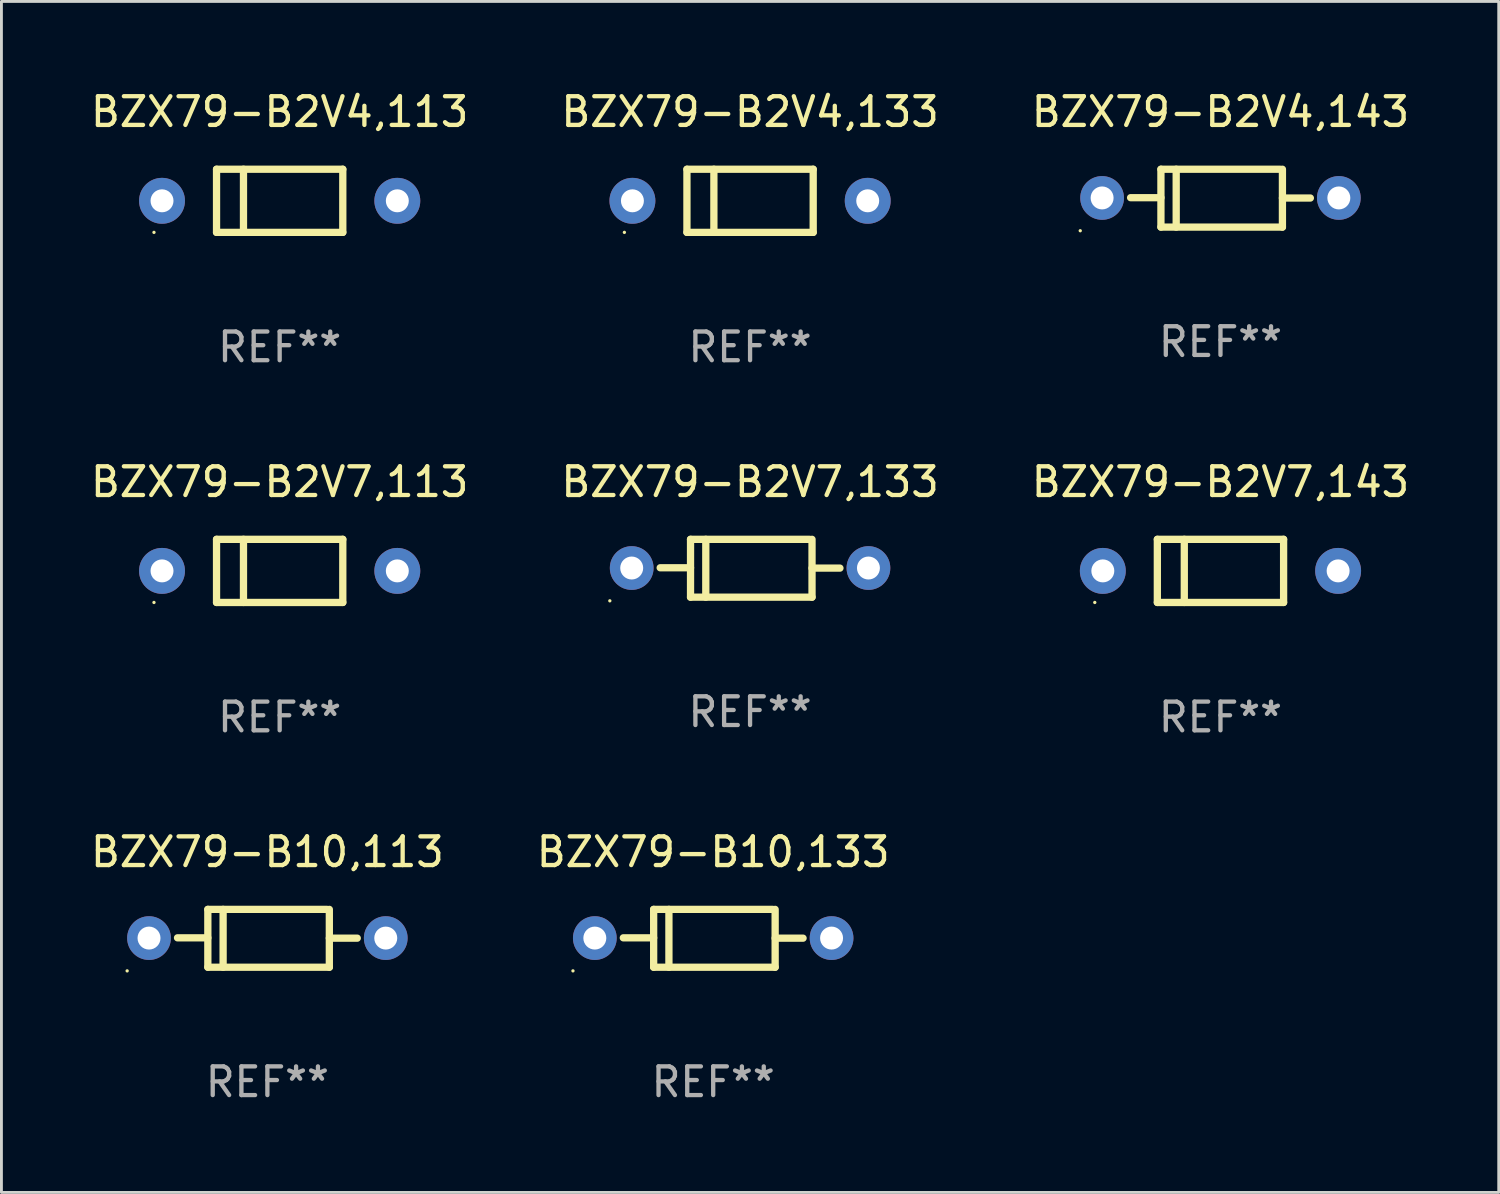
<source format=kicad_pcb>
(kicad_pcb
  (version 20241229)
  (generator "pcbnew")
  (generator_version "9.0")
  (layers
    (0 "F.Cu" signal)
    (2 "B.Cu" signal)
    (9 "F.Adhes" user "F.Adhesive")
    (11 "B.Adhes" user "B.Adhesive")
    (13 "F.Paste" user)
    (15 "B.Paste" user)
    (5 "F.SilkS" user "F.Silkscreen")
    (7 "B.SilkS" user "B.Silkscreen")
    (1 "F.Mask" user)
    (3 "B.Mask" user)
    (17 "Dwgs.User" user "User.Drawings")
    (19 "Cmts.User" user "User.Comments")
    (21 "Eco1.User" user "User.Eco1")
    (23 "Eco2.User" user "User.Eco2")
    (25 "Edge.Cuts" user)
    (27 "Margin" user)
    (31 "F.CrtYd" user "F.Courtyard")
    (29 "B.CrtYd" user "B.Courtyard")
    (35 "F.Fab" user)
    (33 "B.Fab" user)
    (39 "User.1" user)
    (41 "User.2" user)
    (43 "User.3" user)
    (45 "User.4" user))
  (footprint "BZX79-B2V4,133"
    (layer "F.Cu")
    (at 23.089 3.948)
    (property "Reference" "BZX79-B2V4,133" (at 0 -3.1 0) (layer "F.SilkS") (effects (font (size 1 1) (thickness 0.15))))
    (attr through_hole)
    (fp_line (start -2.2 -1.1) (end -2.2 1.1) (stroke (width 0.254) (type solid)) (layer "F.SilkS"))
    (fp_line (start -2.2 -1.1) (end 2.2 -1.1) (stroke (width 0.254) (type solid)) (layer "F.SilkS"))
    (fp_line (start -2.2 1.1) (end 2.2 1.1) (stroke (width 0.254) (type solid)) (layer "F.SilkS"))
    (fp_line (start -1.261 -1.1) (end -1.261 1.1) (stroke (width 0.254) (type solid)) (layer "F.SilkS"))
    (fp_line (start 2.2 -1.1) (end 2.2 1.1) (stroke (width 0.254) (type solid)) (layer "F.SilkS"))
    (fp_circle (center -4.38 1.1) (end -4.35 1.1) (stroke (width 0.06) (type solid)) (fill no) (layer "F.SilkS"))
    (fp_text user "REF**" (at 0 5.1 0) (layer "F.Fab") (effects (font (size 1 1) (thickness 0.15))))
    (pad "1" thru_hole circle (at -4.1 0) (size 1.6 1.6) (drill 0.8) (layers "*.Cu" "*.Mask"))
    (pad "2" thru_hole circle (at 4.1 0) (size 1.6 1.6) (drill 0.8) (layers "*.Cu" "*.Mask")))
  (footprint "BZX79-B2V4,113"
    (layer "F.Cu")
    (at 6.696 3.948)
    (property "Reference" "BZX79-B2V4,113" (at 0 -3.1 0) (layer "F.SilkS") (effects (font (size 1 1) (thickness 0.15))))
    (attr through_hole)
    (fp_line (start -2.2 -1.1) (end -2.2 1.1) (stroke (width 0.254) (type solid)) (layer "F.SilkS"))
    (fp_line (start -2.2 -1.1) (end 2.2 -1.1) (stroke (width 0.254) (type solid)) (layer "F.SilkS"))
    (fp_line (start -2.2 1.1) (end 2.2 1.1) (stroke (width 0.254) (type solid)) (layer "F.SilkS"))
    (fp_line (start -1.261 -1.1) (end -1.261 1.1) (stroke (width 0.254) (type solid)) (layer "F.SilkS"))
    (fp_line (start 2.2 -1.1) (end 2.2 1.1) (stroke (width 0.254) (type solid)) (layer "F.SilkS"))
    (fp_circle (center -4.38 1.1) (end -4.35 1.1) (stroke (width 0.06) (type solid)) (fill no) (layer "F.SilkS"))
    (fp_text user "REF**" (at 0 5.1 0) (layer "F.Fab") (effects (font (size 1 1) (thickness 0.15))))
    (pad "1" thru_hole circle (at -4.1 0) (size 1.6 1.6) (drill 0.8) (layers "*.Cu" "*.Mask"))
    (pad "2" thru_hole circle (at 4.1 0) (size 1.6 1.6) (drill 0.8) (layers "*.Cu" "*.Mask")))
  (footprint "BZX79-B10,133"
    (layer "F.Cu")
    (at 21.804 29.649)
    (property "Reference" "BZX79-B10,133" (at 0 -3.008 0) (layer "F.SilkS") (effects (font (size 1 1) (thickness 0.15))))
    (attr through_hole)
    (fp_line (start -2.075 -1.008) (end -2.075 1.008) (stroke (width 0.254) (type solid)) (layer "F.SilkS"))
    (fp_line (start -2.075 -0.017) (end -3.132 -0.017) (stroke (width 0.254) (type solid)) (layer "F.SilkS"))
    (fp_line (start -2.075 1.008) (end 2.159 1.008) (stroke (width 0.254) (type solid)) (layer "F.SilkS"))
    (fp_line (start -1.543 -1.008) (end -1.543 1.008) (stroke (width 0.254) (type solid)) (layer "F.SilkS"))
    (fp_line (start 2.075 -1.008) (end -2.075 -1.008) (stroke (width 0.254) (type solid)) (layer "F.SilkS"))
    (fp_line (start 2.159 -0.005) (end 3.132 -0.005) (stroke (width 0.254) (type solid)) (layer "F.SilkS"))
    (fp_line (start 2.159 1.008) (end 2.159 -1.008) (stroke (width 0.254) (type solid)) (layer "F.SilkS"))
    (fp_circle (center -4.887 1.135) (end -4.857 1.135) (stroke (width 0.06) (type solid)) (fill no) (layer "F.SilkS"))
    (fp_text user "REF**" (at 0 5.008 0) (layer "F.Fab") (effects (font (size 1 1) (thickness 0.15))))
    (pad "1" thru_hole circle (at -4.125 -0.008) (size 1.524 1.524) (drill 0.8) (layers "*.Cu" "*.Mask"))
    (pad "2" thru_hole circle (at 4.125 -0.008) (size 1.524 1.524) (drill 0.8) (layers "*.Cu" "*.Mask")))
  (footprint "BZX79-B2V7,133"
    (layer "F.Cu")
    (at 23.089 16.753)
    (property "Reference" "BZX79-B2V7,133" (at 0 -3.008 0) (layer "F.SilkS") (effects (font (size 1 1) (thickness 0.15))))
    (attr through_hole)
    (fp_line (start -2.075 -1.008) (end -2.075 1.008) (stroke (width 0.254) (type solid)) (layer "F.SilkS"))
    (fp_line (start -2.075 -0.017) (end -3.132 -0.017) (stroke (width 0.254) (type solid)) (layer "F.SilkS"))
    (fp_line (start -2.075 1.008) (end 2.159 1.008) (stroke (width 0.254) (type solid)) (layer "F.SilkS"))
    (fp_line (start -1.543 -1.008) (end -1.543 1.008) (stroke (width 0.254) (type solid)) (layer "F.SilkS"))
    (fp_line (start 2.075 -1.008) (end -2.075 -1.008) (stroke (width 0.254) (type solid)) (layer "F.SilkS"))
    (fp_line (start 2.159 -0.005) (end 3.132 -0.005) (stroke (width 0.254) (type solid)) (layer "F.SilkS"))
    (fp_line (start 2.159 1.008) (end 2.159 -1.008) (stroke (width 0.254) (type solid)) (layer "F.SilkS"))
    (fp_circle (center -4.887 1.135) (end -4.857 1.135) (stroke (width 0.06) (type solid)) (fill no) (layer "F.SilkS"))
    (fp_text user "REF**" (at 0 5.008 0) (layer "F.Fab") (effects (font (size 1 1) (thickness 0.15))))
    (pad "1" thru_hole circle (at -4.125 -0.008) (size 1.524 1.524) (drill 0.8) (layers "*.Cu" "*.Mask"))
    (pad "2" thru_hole circle (at 4.125 -0.008) (size 1.524 1.524) (drill 0.8) (layers "*.Cu" "*.Mask")))
  (footprint "BZX79-B10,113"
    (layer "F.Cu")
    (at 6.268 29.649)
    (property "Reference" "BZX79-B10,113" (at 0 -3.008 0) (layer "F.SilkS") (effects (font (size 1 1) (thickness 0.15))))
    (attr through_hole)
    (fp_line (start -2.075 -1.008) (end -2.075 1.008) (stroke (width 0.254) (type solid)) (layer "F.SilkS"))
    (fp_line (start -2.075 -0.017) (end -3.132 -0.017) (stroke (width 0.254) (type solid)) (layer "F.SilkS"))
    (fp_line (start -2.075 1.008) (end 2.159 1.008) (stroke (width 0.254) (type solid)) (layer "F.SilkS"))
    (fp_line (start -1.543 -1.008) (end -1.543 1.008) (stroke (width 0.254) (type solid)) (layer "F.SilkS"))
    (fp_line (start 2.075 -1.008) (end -2.075 -1.008) (stroke (width 0.254) (type solid)) (layer "F.SilkS"))
    (fp_line (start 2.159 -0.005) (end 3.132 -0.005) (stroke (width 0.254) (type solid)) (layer "F.SilkS"))
    (fp_line (start 2.159 1.008) (end 2.159 -1.008) (stroke (width 0.254) (type solid)) (layer "F.SilkS"))
    (fp_circle (center -4.887 1.135) (end -4.857 1.135) (stroke (width 0.06) (type solid)) (fill no) (layer "F.SilkS"))
    (fp_text user "REF**" (at 0 5.008 0) (layer "F.Fab") (effects (font (size 1 1) (thickness 0.15))))
    (pad "1" thru_hole circle (at -4.125 -0.008) (size 1.524 1.524) (drill 0.8) (layers "*.Cu" "*.Mask"))
    (pad "2" thru_hole circle (at 4.125 -0.008) (size 1.524 1.524) (drill 0.8) (layers "*.Cu" "*.Mask")))
  (footprint "BZX79-B2V7,143"
    (layer "F.Cu")
    (at 39.482 16.845)
    (property "Reference" "BZX79-B2V7,143" (at 0 -3.1 0) (layer "F.SilkS") (effects (font (size 1 1) (thickness 0.15))))
    (attr through_hole)
    (fp_line (start -2.2 -1.1) (end -2.2 1.1) (stroke (width 0.254) (type solid)) (layer "F.SilkS"))
    (fp_line (start -2.2 -1.1) (end 2.2 -1.1) (stroke (width 0.254) (type solid)) (layer "F.SilkS"))
    (fp_line (start -2.2 1.1) (end 2.2 1.1) (stroke (width 0.254) (type solid)) (layer "F.SilkS"))
    (fp_line (start -1.261 -1.1) (end -1.261 1.1) (stroke (width 0.254) (type solid)) (layer "F.SilkS"))
    (fp_line (start 2.2 -1.1) (end 2.2 1.1) (stroke (width 0.254) (type solid)) (layer "F.SilkS"))
    (fp_circle (center -4.38 1.1) (end -4.35 1.1) (stroke (width 0.06) (type solid)) (fill no) (layer "F.SilkS"))
    (fp_text user "REF**" (at 0 5.1 0) (layer "F.Fab") (effects (font (size 1 1) (thickness 0.15))))
    (pad "1" thru_hole circle (at -4.1 0) (size 1.6 1.6) (drill 0.8) (layers "*.Cu" "*.Mask"))
    (pad "2" thru_hole circle (at 4.1 0) (size 1.6 1.6) (drill 0.8) (layers "*.Cu" "*.Mask")))
  (footprint "BZX79-B2V7,113"
    (layer "F.Cu")
    (at 6.696 16.845)
    (property "Reference" "BZX79-B2V7,113" (at 0 -3.1 0) (layer "F.SilkS") (effects (font (size 1 1) (thickness 0.15))))
    (attr through_hole)
    (fp_line (start -2.2 -1.1) (end -2.2 1.1) (stroke (width 0.254) (type solid)) (layer "F.SilkS"))
    (fp_line (start -2.2 -1.1) (end 2.2 -1.1) (stroke (width 0.254) (type solid)) (layer "F.SilkS"))
    (fp_line (start -2.2 1.1) (end 2.2 1.1) (stroke (width 0.254) (type solid)) (layer "F.SilkS"))
    (fp_line (start -1.261 -1.1) (end -1.261 1.1) (stroke (width 0.254) (type solid)) (layer "F.SilkS"))
    (fp_line (start 2.2 -1.1) (end 2.2 1.1) (stroke (width 0.254) (type solid)) (layer "F.SilkS"))
    (fp_circle (center -4.38 1.1) (end -4.35 1.1) (stroke (width 0.06) (type solid)) (fill no) (layer "F.SilkS"))
    (fp_text user "REF**" (at 0 5.1 0) (layer "F.Fab") (effects (font (size 1 1) (thickness 0.15))))
    (pad "1" thru_hole circle (at -4.1 0) (size 1.6 1.6) (drill 0.8) (layers "*.Cu" "*.Mask"))
    (pad "2" thru_hole circle (at 4.1 0) (size 1.6 1.6) (drill 0.8) (layers "*.Cu" "*.Mask")))
  (footprint "BZX79-B2V4,143"
    (layer "F.Cu")
    (at 39.482 3.856)
    (property "Reference" "BZX79-B2V4,143" (at 0 -3.008 0) (layer "F.SilkS") (effects (font (size 1 1) (thickness 0.15))))
    (attr through_hole)
    (fp_line (start -2.075 -1.008) (end -2.075 1.008) (stroke (width 0.254) (type solid)) (layer "F.SilkS"))
    (fp_line (start -2.075 -0.017) (end -3.132 -0.017) (stroke (width 0.254) (type solid)) (layer "F.SilkS"))
    (fp_line (start -2.075 1.008) (end 2.159 1.008) (stroke (width 0.254) (type solid)) (layer "F.SilkS"))
    (fp_line (start -1.543 -1.008) (end -1.543 1.008) (stroke (width 0.254) (type solid)) (layer "F.SilkS"))
    (fp_line (start 2.075 -1.008) (end -2.075 -1.008) (stroke (width 0.254) (type solid)) (layer "F.SilkS"))
    (fp_line (start 2.159 -0.005) (end 3.132 -0.005) (stroke (width 0.254) (type solid)) (layer "F.SilkS"))
    (fp_line (start 2.159 1.008) (end 2.159 -1.008) (stroke (width 0.254) (type solid)) (layer "F.SilkS"))
    (fp_circle (center -4.887 1.135) (end -4.857 1.135) (stroke (width 0.06) (type solid)) (fill no) (layer "F.SilkS"))
    (fp_text user "REF**" (at 0 5.008 0) (layer "F.Fab") (effects (font (size 1 1) (thickness 0.15))))
    (pad "1" thru_hole circle (at -4.125 -0.008) (size 1.524 1.524) (drill 0.8) (layers "*.Cu" "*.Mask"))
    (pad "2" thru_hole circle (at 4.125 -0.008) (size 1.524 1.524) (drill 0.8) (layers "*.Cu" "*.Mask")))
  (gr_rect
    (start -3 -3)
    (end 49.179 38.506)
    (stroke (width 0.1) (type default))
    (fill no)
    (layer "Edge.Cuts")))
</source>
